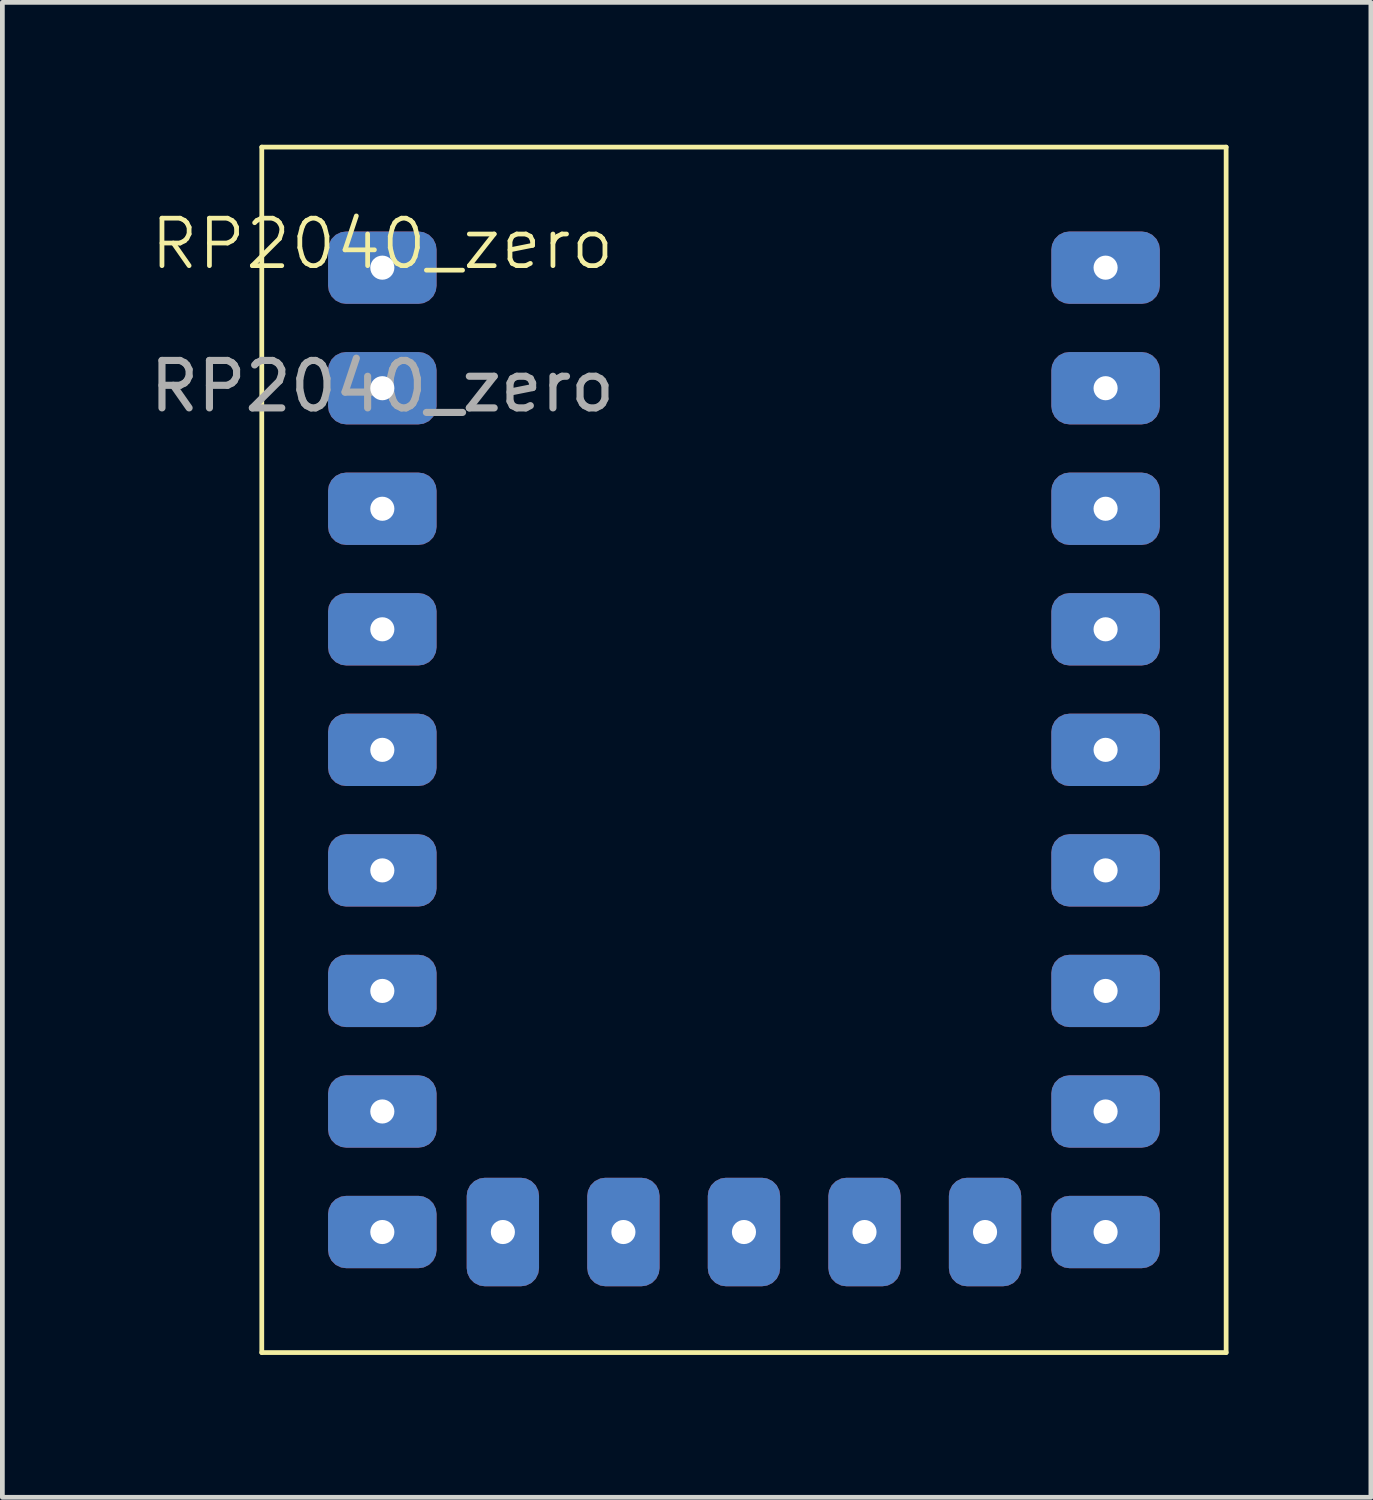
<source format=kicad_pcb>
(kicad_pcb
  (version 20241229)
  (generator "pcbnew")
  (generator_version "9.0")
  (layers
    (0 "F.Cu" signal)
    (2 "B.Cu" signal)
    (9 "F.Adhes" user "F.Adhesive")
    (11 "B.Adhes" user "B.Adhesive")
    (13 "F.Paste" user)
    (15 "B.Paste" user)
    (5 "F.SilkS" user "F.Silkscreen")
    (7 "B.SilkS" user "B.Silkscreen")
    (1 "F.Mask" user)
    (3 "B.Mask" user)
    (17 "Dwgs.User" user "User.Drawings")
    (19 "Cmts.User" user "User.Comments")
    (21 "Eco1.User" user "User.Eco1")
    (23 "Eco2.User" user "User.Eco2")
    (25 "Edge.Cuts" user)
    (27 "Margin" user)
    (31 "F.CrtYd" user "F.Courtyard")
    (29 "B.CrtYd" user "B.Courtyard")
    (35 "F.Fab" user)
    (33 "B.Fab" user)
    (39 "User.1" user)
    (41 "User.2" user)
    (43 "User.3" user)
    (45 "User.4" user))
  (footprint "RP2040_zero"
    (layer "F.Cu")
    (at 5.006 2.59)
    (property "Reference" "RP2040_zero" (at 0 -0.5 0) (unlocked yes) (layer "F.SilkS") (effects (font (size 1 1) (thickness 0.1))))
    (attr smd)
    (fp_line (start -2.54 -2.54) (end 17.78 -2.54) (stroke (width 0.1) (type default)) (layer "F.SilkS"))
    (fp_line (start -2.54 22.86) (end -2.54 -2.54) (stroke (width 0.1) (type default)) (layer "F.SilkS"))
    (fp_line (start 17.78 -2.54) (end 17.78 22.86) (stroke (width 0.1) (type default)) (layer "F.SilkS"))
    (fp_line (start 17.78 22.86) (end -2.54 22.86) (stroke (width 0.1) (type default)) (layer "F.SilkS"))
    (fp_text user "${REFERENCE}" (at 0 2.5 0) (unlocked yes) (layer "F.Fab") (effects (font (size 1 1) (thickness 0.15))))
    (pad "1" thru_hole roundrect (at 0 0) (size 2.286 1.524) (drill 0.508) (property pad_prop_castellated) (layers "*.Cu" "*.Mask") (roundrect_rratio 0.25))
    (pad "2" thru_hole roundrect (at 0 2.54) (size 2.286 1.524) (drill 0.508) (property pad_prop_castellated) (layers "*.Cu" "*.Mask") (roundrect_rratio 0.25))
    (pad "3" thru_hole roundrect (at 0 5.08) (size 2.286 1.524) (drill 0.508) (property pad_prop_castellated) (layers "*.Cu" "*.Mask") (roundrect_rratio 0.25))
    (pad "4" thru_hole roundrect (at 0 7.62) (size 2.286 1.524) (drill 0.508) (property pad_prop_castellated) (layers "*.Cu" "*.Mask") (roundrect_rratio 0.25))
    (pad "5" thru_hole roundrect (at 0 10.16) (size 2.286 1.524) (drill 0.508) (property pad_prop_castellated) (layers "*.Cu" "*.Mask") (roundrect_rratio 0.25))
    (pad "6" thru_hole roundrect (at 0 12.7) (size 2.286 1.524) (drill 0.508) (property pad_prop_castellated) (layers "*.Cu" "*.Mask") (roundrect_rratio 0.25))
    (pad "7" thru_hole roundrect (at 0 15.24) (size 2.286 1.524) (drill 0.508) (property pad_prop_castellated) (layers "*.Cu" "*.Mask") (roundrect_rratio 0.25))
    (pad "8" thru_hole roundrect (at 0 17.78) (size 2.286 1.524) (drill 0.508) (property pad_prop_castellated) (layers "*.Cu" "*.Mask") (roundrect_rratio 0.25))
    (pad "9" thru_hole roundrect (at 0 20.32) (size 2.286 1.524) (drill 0.508) (property pad_prop_castellated) (layers "*.Cu" "*.Mask") (roundrect_rratio 0.25))
    (pad "10" thru_hole roundrect (at 2.54 20.32 90) (size 2.286 1.524) (drill 0.508) (property pad_prop_castellated) (layers "*.Cu" "*.Mask") (roundrect_rratio 0.25))
    (pad "11" thru_hole roundrect (at 5.08 20.32 90) (size 2.286 1.524) (drill 0.508) (property pad_prop_castellated) (layers "*.Cu" "*.Mask") (roundrect_rratio 0.25))
    (pad "12" thru_hole roundrect (at 7.62 20.32 90) (size 2.286 1.524) (drill 0.508) (property pad_prop_castellated) (layers "*.Cu" "*.Mask") (roundrect_rratio 0.25))
    (pad "13" thru_hole roundrect (at 10.16 20.32 90) (size 2.286 1.524) (drill 0.508) (property pad_prop_castellated) (layers "*.Cu" "*.Mask") (roundrect_rratio 0.25))
    (pad "14" thru_hole roundrect (at 12.7 20.32 90) (size 2.286 1.524) (drill 0.508) (property pad_prop_castellated) (layers "*.Cu" "*.Mask") (roundrect_rratio 0.25))
    (pad "15" thru_hole roundrect (at 15.24 20.32) (size 2.286 1.524) (drill 0.508) (property pad_prop_castellated) (layers "*.Cu" "*.Mask") (roundrect_rratio 0.25))
    (pad "16" thru_hole roundrect (at 15.24 17.78) (size 2.286 1.524) (drill 0.508) (property pad_prop_castellated) (layers "*.Cu" "*.Mask") (roundrect_rratio 0.25))
    (pad "17" thru_hole roundrect (at 15.24 15.24) (size 2.286 1.524) (drill 0.508) (property pad_prop_castellated) (layers "*.Cu" "*.Mask") (roundrect_rratio 0.25))
    (pad "18" thru_hole roundrect (at 15.24 12.7) (size 2.286 1.524) (drill 0.508) (property pad_prop_castellated) (layers "*.Cu" "*.Mask") (roundrect_rratio 0.25))
    (pad "19" thru_hole roundrect (at 15.24 10.16) (size 2.286 1.524) (drill 0.508) (property pad_prop_castellated) (layers "*.Cu" "*.Mask") (roundrect_rratio 0.25))
    (pad "20" thru_hole roundrect (at 15.24 7.62) (size 2.286 1.524) (drill 0.508) (property pad_prop_castellated) (layers "*.Cu" "*.Mask") (roundrect_rratio 0.25))
    (pad "21" thru_hole roundrect (at 15.24 5.08) (size 2.286 1.524) (drill 0.508) (property pad_prop_castellated) (layers "*.Cu" "*.Mask") (roundrect_rratio 0.25))
    (pad "22" thru_hole roundrect (at 15.24 2.54) (size 2.286 1.524) (drill 0.508) (property pad_prop_castellated) (layers "*.Cu" "*.Mask") (roundrect_rratio 0.25))
    (pad "23" thru_hole roundrect (at 15.24 0) (size 2.286 1.524) (drill 0.508) (property pad_prop_castellated) (layers "*.Cu" "*.Mask") (roundrect_rratio 0.25)))
  (gr_rect
    (start -3 -3)
    (end 25.836 28.5)
    (stroke (width 0.1) (type default))
    (fill no)
    (layer "Edge.Cuts")))
</source>
